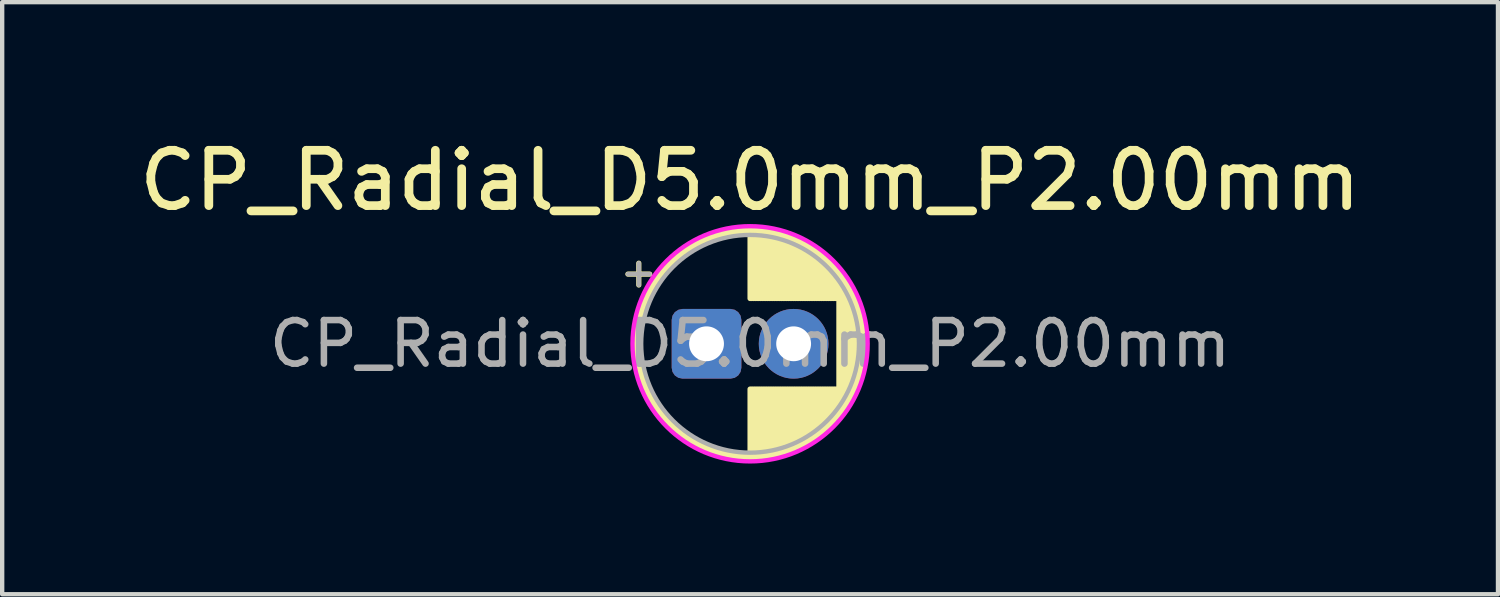
<source format=kicad_pcb>
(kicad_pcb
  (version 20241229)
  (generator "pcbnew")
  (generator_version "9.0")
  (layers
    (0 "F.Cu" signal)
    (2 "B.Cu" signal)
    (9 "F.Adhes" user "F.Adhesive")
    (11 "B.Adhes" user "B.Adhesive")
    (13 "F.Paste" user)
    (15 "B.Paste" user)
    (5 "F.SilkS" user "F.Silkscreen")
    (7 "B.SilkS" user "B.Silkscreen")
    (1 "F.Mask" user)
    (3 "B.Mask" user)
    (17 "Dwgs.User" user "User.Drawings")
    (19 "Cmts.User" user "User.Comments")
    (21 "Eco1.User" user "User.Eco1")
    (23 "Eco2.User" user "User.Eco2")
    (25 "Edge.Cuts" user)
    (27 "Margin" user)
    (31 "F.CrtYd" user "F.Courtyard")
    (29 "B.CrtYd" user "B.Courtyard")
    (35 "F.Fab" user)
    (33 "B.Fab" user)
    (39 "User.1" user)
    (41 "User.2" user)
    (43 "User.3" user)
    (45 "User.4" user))
  (footprint "CP_Radial_D5.0mm_P2.00mm"
    (layer "F.Cu")
    (at 14.173 4.844)
    (property "Reference" "CP_Radial_D5.0mm_P2.00mm" (at 0 -3.75 0) (layer "F.SilkS") (effects (font (size 1.27 1.27) (thickness 0.2))))
    (attr through_hole)
    (fp_line (start -2.805 -1.6) (end -2.305 -1.6) (stroke (width 0.12) (type solid)) (layer "F.SilkS"))
    (fp_line (start -2.555 -1.85) (end -2.555 -1.35) (stroke (width 0.12) (type solid)) (layer "F.SilkS"))
    (fp_line (start 0 -2.58) (end 0 -1.04) (stroke (width 0.12) (type solid)) (layer "F.SilkS"))
    (fp_line (start 0 1.04) (end 0 2.58) (stroke (width 0.12) (type solid)) (layer "F.SilkS"))
    (fp_line (start 0.04 -2.58) (end 0.04 -1.04) (stroke (width 0.12) (type solid)) (layer "F.SilkS"))
    (fp_line (start 0.04 1.04) (end 0.04 2.58) (stroke (width 0.12) (type solid)) (layer "F.SilkS"))
    (fp_line (start 0.08 -2.579) (end 0.08 -1.04) (stroke (width 0.12) (type solid)) (layer "F.SilkS"))
    (fp_line (start 0.08 1.04) (end 0.08 2.579) (stroke (width 0.12) (type solid)) (layer "F.SilkS"))
    (fp_line (start 0.12 -2.577) (end 0.12 -1.04) (stroke (width 0.12) (type solid)) (layer "F.SilkS"))
    (fp_line (start 0.12 1.04) (end 0.12 2.577) (stroke (width 0.12) (type solid)) (layer "F.SilkS"))
    (fp_line (start 0.16 -2.575) (end 0.16 -1.04) (stroke (width 0.12) (type solid)) (layer "F.SilkS"))
    (fp_line (start 0.16 1.04) (end 0.16 2.575) (stroke (width 0.12) (type solid)) (layer "F.SilkS"))
    (fp_line (start 0.2 -2.572) (end 0.2 -1.04) (stroke (width 0.12) (type solid)) (layer "F.SilkS"))
    (fp_line (start 0.2 1.04) (end 0.2 2.572) (stroke (width 0.12) (type solid)) (layer "F.SilkS"))
    (fp_line (start 0.24 -2.569) (end 0.24 -1.04) (stroke (width 0.12) (type solid)) (layer "F.SilkS"))
    (fp_line (start 0.24 1.04) (end 0.24 2.569) (stroke (width 0.12) (type solid)) (layer "F.SilkS"))
    (fp_line (start 0.28 -2.565) (end 0.28 -1.04) (stroke (width 0.12) (type solid)) (layer "F.SilkS"))
    (fp_line (start 0.28 1.04) (end 0.28 2.565) (stroke (width 0.12) (type solid)) (layer "F.SilkS"))
    (fp_line (start 0.32 -2.56) (end 0.32 -1.04) (stroke (width 0.12) (type solid)) (layer "F.SilkS"))
    (fp_line (start 0.32 1.04) (end 0.32 2.56) (stroke (width 0.12) (type solid)) (layer "F.SilkS"))
    (fp_line (start 0.36 -2.555) (end 0.36 -1.04) (stroke (width 0.12) (type solid)) (layer "F.SilkS"))
    (fp_line (start 0.36 1.04) (end 0.36 2.555) (stroke (width 0.12) (type solid)) (layer "F.SilkS"))
    (fp_line (start 0.4 -2.549) (end 0.4 -1.04) (stroke (width 0.12) (type solid)) (layer "F.SilkS"))
    (fp_line (start 0.4 1.04) (end 0.4 2.549) (stroke (width 0.12) (type solid)) (layer "F.SilkS"))
    (fp_line (start 0.44 -2.543) (end 0.44 -1.04) (stroke (width 0.12) (type solid)) (layer "F.SilkS"))
    (fp_line (start 0.44 1.04) (end 0.44 2.543) (stroke (width 0.12) (type solid)) (layer "F.SilkS"))
    (fp_line (start 0.48 -2.536) (end 0.48 -1.04) (stroke (width 0.12) (type solid)) (layer "F.SilkS"))
    (fp_line (start 0.48 1.04) (end 0.48 2.536) (stroke (width 0.12) (type solid)) (layer "F.SilkS"))
    (fp_line (start 0.52 -2.528) (end 0.52 -1.04) (stroke (width 0.12) (type solid)) (layer "F.SilkS"))
    (fp_line (start 0.52 1.04) (end 0.52 2.528) (stroke (width 0.12) (type solid)) (layer "F.SilkS"))
    (fp_line (start 0.56 -2.519) (end 0.56 -1.04) (stroke (width 0.12) (type solid)) (layer "F.SilkS"))
    (fp_line (start 0.56 1.04) (end 0.56 2.519) (stroke (width 0.12) (type solid)) (layer "F.SilkS"))
    (fp_line (start 0.6 -2.51) (end 0.6 -1.04) (stroke (width 0.12) (type solid)) (layer "F.SilkS"))
    (fp_line (start 0.6 1.04) (end 0.6 2.51) (stroke (width 0.12) (type solid)) (layer "F.SilkS"))
    (fp_line (start 0.64 -2.501) (end 0.64 -1.04) (stroke (width 0.12) (type solid)) (layer "F.SilkS"))
    (fp_line (start 0.64 1.04) (end 0.64 2.501) (stroke (width 0.12) (type solid)) (layer "F.SilkS"))
    (fp_line (start 0.68 -2.49) (end 0.68 -1.04) (stroke (width 0.12) (type solid)) (layer "F.SilkS"))
    (fp_line (start 0.68 1.04) (end 0.68 2.49) (stroke (width 0.12) (type solid)) (layer "F.SilkS"))
    (fp_line (start 0.72 -2.479) (end 0.72 -1.04) (stroke (width 0.12) (type solid)) (layer "F.SilkS"))
    (fp_line (start 0.72 1.04) (end 0.72 2.479) (stroke (width 0.12) (type solid)) (layer "F.SilkS"))
    (fp_line (start 0.76 -2.467) (end 0.76 -1.04) (stroke (width 0.12) (type solid)) (layer "F.SilkS"))
    (fp_line (start 0.76 1.04) (end 0.76 2.467) (stroke (width 0.12) (type solid)) (layer "F.SilkS"))
    (fp_line (start 0.8 -2.455) (end 0.8 -1.04) (stroke (width 0.12) (type solid)) (layer "F.SilkS"))
    (fp_line (start 0.8 1.04) (end 0.8 2.455) (stroke (width 0.12) (type solid)) (layer "F.SilkS"))
    (fp_line (start 0.84 -2.442) (end 0.84 -1.04) (stroke (width 0.12) (type solid)) (layer "F.SilkS"))
    (fp_line (start 0.84 1.04) (end 0.84 2.442) (stroke (width 0.12) (type solid)) (layer "F.SilkS"))
    (fp_line (start 0.88 -2.428) (end 0.88 -1.04) (stroke (width 0.12) (type solid)) (layer "F.SilkS"))
    (fp_line (start 0.88 1.04) (end 0.88 2.428) (stroke (width 0.12) (type solid)) (layer "F.SilkS"))
    (fp_line (start 0.92 -2.413) (end 0.92 -1.04) (stroke (width 0.12) (type solid)) (layer "F.SilkS"))
    (fp_line (start 0.92 1.04) (end 0.92 2.413) (stroke (width 0.12) (type solid)) (layer "F.SilkS"))
    (fp_line (start 0.96 -2.398) (end 0.96 -1.04) (stroke (width 0.12) (type solid)) (layer "F.SilkS"))
    (fp_line (start 0.96 1.04) (end 0.96 2.398) (stroke (width 0.12) (type solid)) (layer "F.SilkS"))
    (fp_line (start 1 -2.382) (end 1 -1.04) (stroke (width 0.12) (type solid)) (layer "F.SilkS"))
    (fp_line (start 1 1.04) (end 1 2.382) (stroke (width 0.12) (type solid)) (layer "F.SilkS"))
    (fp_line (start 1.04 -2.365) (end 1.04 -1.04) (stroke (width 0.12) (type solid)) (layer "F.SilkS"))
    (fp_line (start 1.04 1.04) (end 1.04 2.365) (stroke (width 0.12) (type solid)) (layer "F.SilkS"))
    (fp_line (start 1.08 -2.347) (end 1.08 -1.04) (stroke (width 0.12) (type solid)) (layer "F.SilkS"))
    (fp_line (start 1.08 1.04) (end 1.08 2.347) (stroke (width 0.12) (type solid)) (layer "F.SilkS"))
    (fp_line (start 1.12 -2.329) (end 1.12 -1.04) (stroke (width 0.12) (type solid)) (layer "F.SilkS"))
    (fp_line (start 1.12 1.04) (end 1.12 2.329) (stroke (width 0.12) (type solid)) (layer "F.SilkS"))
    (fp_line (start 1.16 -2.309) (end 1.16 -1.04) (stroke (width 0.12) (type solid)) (layer "F.SilkS"))
    (fp_line (start 1.16 1.04) (end 1.16 2.309) (stroke (width 0.12) (type solid)) (layer "F.SilkS"))
    (fp_line (start 1.2 -2.289) (end 1.2 -1.04) (stroke (width 0.12) (type solid)) (layer "F.SilkS"))
    (fp_line (start 1.2 1.04) (end 1.2 2.289) (stroke (width 0.12) (type solid)) (layer "F.SilkS"))
    (fp_line (start 1.24 -2.268) (end 1.24 -1.04) (stroke (width 0.12) (type solid)) (layer "F.SilkS"))
    (fp_line (start 1.24 1.04) (end 1.24 2.268) (stroke (width 0.12) (type solid)) (layer "F.SilkS"))
    (fp_line (start 1.28 -2.246) (end 1.28 -1.04) (stroke (width 0.12) (type solid)) (layer "F.SilkS"))
    (fp_line (start 1.28 1.04) (end 1.28 2.246) (stroke (width 0.12) (type solid)) (layer "F.SilkS"))
    (fp_line (start 1.32 -2.223) (end 1.32 -1.04) (stroke (width 0.12) (type solid)) (layer "F.SilkS"))
    (fp_line (start 1.32 1.04) (end 1.32 2.223) (stroke (width 0.12) (type solid)) (layer "F.SilkS"))
    (fp_line (start 1.36 -2.199) (end 1.36 -1.04) (stroke (width 0.12) (type solid)) (layer "F.SilkS"))
    (fp_line (start 1.36 1.04) (end 1.36 2.199) (stroke (width 0.12) (type solid)) (layer "F.SilkS"))
    (fp_line (start 1.4 -2.175) (end 1.4 -1.04) (stroke (width 0.12) (type solid)) (layer "F.SilkS"))
    (fp_line (start 1.4 1.04) (end 1.4 2.175) (stroke (width 0.12) (type solid)) (layer "F.SilkS"))
    (fp_line (start 1.44 -2.149) (end 1.44 -1.04) (stroke (width 0.12) (type solid)) (layer "F.SilkS"))
    (fp_line (start 1.44 1.04) (end 1.44 2.149) (stroke (width 0.12) (type solid)) (layer "F.SilkS"))
    (fp_line (start 1.48 -2.122) (end 1.48 -1.04) (stroke (width 0.12) (type solid)) (layer "F.SilkS"))
    (fp_line (start 1.48 1.04) (end 1.48 2.122) (stroke (width 0.12) (type solid)) (layer "F.SilkS"))
    (fp_line (start 1.52 -2.094) (end 1.52 -1.04) (stroke (width 0.12) (type solid)) (layer "F.SilkS"))
    (fp_line (start 1.52 1.04) (end 1.52 2.094) (stroke (width 0.12) (type solid)) (layer "F.SilkS"))
    (fp_line (start 1.56 -2.065) (end 1.56 -1.04) (stroke (width 0.12) (type solid)) (layer "F.SilkS"))
    (fp_line (start 1.56 1.04) (end 1.56 2.065) (stroke (width 0.12) (type solid)) (layer "F.SilkS"))
    (fp_line (start 1.6 -2.035) (end 1.6 -1.04) (stroke (width 0.12) (type solid)) (layer "F.SilkS"))
    (fp_line (start 1.6 1.04) (end 1.6 2.035) (stroke (width 0.12) (type solid)) (layer "F.SilkS"))
    (fp_line (start 1.64 -2.003) (end 1.64 -1.04) (stroke (width 0.12) (type solid)) (layer "F.SilkS"))
    (fp_line (start 1.64 1.04) (end 1.64 2.003) (stroke (width 0.12) (type solid)) (layer "F.SilkS"))
    (fp_line (start 1.68 -1.97) (end 1.68 -1.04) (stroke (width 0.12) (type solid)) (layer "F.SilkS"))
    (fp_line (start 1.68 1.04) (end 1.68 1.97) (stroke (width 0.12) (type solid)) (layer "F.SilkS"))
    (fp_line (start 1.72 -1.936) (end 1.72 -1.04) (stroke (width 0.12) (type solid)) (layer "F.SilkS"))
    (fp_line (start 1.72 1.04) (end 1.72 1.936) (stroke (width 0.12) (type solid)) (layer "F.SilkS"))
    (fp_line (start 1.76 -1.901) (end 1.76 -1.04) (stroke (width 0.12) (type solid)) (layer "F.SilkS"))
    (fp_line (start 1.76 1.04) (end 1.76 1.901) (stroke (width 0.12) (type solid)) (layer "F.SilkS"))
    (fp_line (start 1.8 -1.864) (end 1.8 -1.04) (stroke (width 0.12) (type solid)) (layer "F.SilkS"))
    (fp_line (start 1.8 1.04) (end 1.8 1.864) (stroke (width 0.12) (type solid)) (layer "F.SilkS"))
    (fp_line (start 1.84 -1.825) (end 1.84 -1.04) (stroke (width 0.12) (type solid)) (layer "F.SilkS"))
    (fp_line (start 1.84 1.04) (end 1.84 1.825) (stroke (width 0.12) (type solid)) (layer "F.SilkS"))
    (fp_line (start 1.88 -1.785) (end 1.88 -1.04) (stroke (width 0.12) (type solid)) (layer "F.SilkS"))
    (fp_line (start 1.88 1.04) (end 1.88 1.785) (stroke (width 0.12) (type solid)) (layer "F.SilkS"))
    (fp_line (start 1.92 -1.743) (end 1.92 -1.04) (stroke (width 0.12) (type solid)) (layer "F.SilkS"))
    (fp_line (start 1.92 1.04) (end 1.92 1.743) (stroke (width 0.12) (type solid)) (layer "F.SilkS"))
    (fp_line (start 1.96 -1.699) (end 1.96 -1.04) (stroke (width 0.12) (type solid)) (layer "F.SilkS"))
    (fp_line (start 1.96 1.04) (end 1.96 1.699) (stroke (width 0.12) (type solid)) (layer "F.SilkS"))
    (fp_line (start 2 -1.652) (end 2 -1.04) (stroke (width 0.12) (type solid)) (layer "F.SilkS"))
    (fp_line (start 2 1.04) (end 2 1.652) (stroke (width 0.12) (type solid)) (layer "F.SilkS"))
    (fp_line (start 2.04 -1.604) (end 2.04 1.604) (stroke (width 0.12) (type solid)) (layer "F.SilkS"))
    (fp_line (start 2.08 -1.553) (end 2.08 1.553) (stroke (width 0.12) (type solid)) (layer "F.SilkS"))
    (fp_line (start 2.12 -1.499) (end 2.12 1.499) (stroke (width 0.12) (type solid)) (layer "F.SilkS"))
    (fp_line (start 2.16 -1.443) (end 2.16 1.443) (stroke (width 0.12) (type solid)) (layer "F.SilkS"))
    (fp_line (start 2.2 -1.383) (end 2.2 1.383) (stroke (width 0.12) (type solid)) (layer "F.SilkS"))
    (fp_line (start 2.24 -1.319) (end 2.24 1.319) (stroke (width 0.12) (type solid)) (layer "F.SilkS"))
    (fp_line (start 2.28 -1.251) (end 2.28 1.251) (stroke (width 0.12) (type solid)) (layer "F.SilkS"))
    (fp_line (start 2.32 -1.177) (end 2.32 1.177) (stroke (width 0.12) (type solid)) (layer "F.SilkS"))
    (fp_line (start 2.36 -1.098) (end 2.36 1.098) (stroke (width 0.12) (type solid)) (layer "F.SilkS"))
    (fp_line (start 2.4 -1.011) (end 2.4 1.011) (stroke (width 0.12) (type solid)) (layer "F.SilkS"))
    (fp_line (start 2.44 -0.914) (end 2.44 0.914) (stroke (width 0.12) (type solid)) (layer "F.SilkS"))
    (fp_line (start 2.48 -0.805) (end 2.48 0.805) (stroke (width 0.12) (type solid)) (layer "F.SilkS"))
    (fp_line (start 2.52 -0.677) (end 2.52 0.677) (stroke (width 0.12) (type solid)) (layer "F.SilkS"))
    (fp_line (start 2.56 -0.517) (end 2.56 0.517) (stroke (width 0.12) (type solid)) (layer "F.SilkS"))
    (fp_line (start 2.6 -0.283) (end 2.6 0.283) (stroke (width 0.12) (type solid)) (layer "F.SilkS"))
    (fp_circle (center 0 0) (end 2.6 0) (stroke (width 0.2) (type solid)) (fill no) (layer "F.SilkS"))
    (fp_circle (center 0 0) (end 2.7 0) (stroke (width 0.1) (type solid)) (fill no) (layer "F.CrtYd"))
    (fp_line (start -2.805 -1.6) (end -2.305 -1.6) (stroke (width 0.1) (type solid)) (layer "F.Fab"))
    (fp_line (start -2.555 -1.85) (end -2.555 -1.35) (stroke (width 0.1) (type solid)) (layer "F.Fab"))
    (fp_circle (center 0 0) (end 2.5 0) (stroke (width 0.1) (type solid)) (fill no) (layer "F.Fab"))
    (fp_text user "${REFERENCE}" (at 0 0 0) (layer "F.Fab") (effects (font (size 1 1) (thickness 0.15))))
    (pad "1" thru_hole roundrect (at -1 0) (size 1.6 1.6) (drill 0.8) (layers "*.Cu" "*.Mask") (roundrect_rratio 0.156))
    (pad "2" thru_hole circle (at 1 0) (size 1.6 1.6) (drill 0.8) (layers "*.Cu" "*.Mask")))
  (gr_rect
    (start -3 -3)
    (end 31.346 10.594)
    (stroke (width 0.1) (type default))
    (fill no)
    (layer "Edge.Cuts")))
</source>
